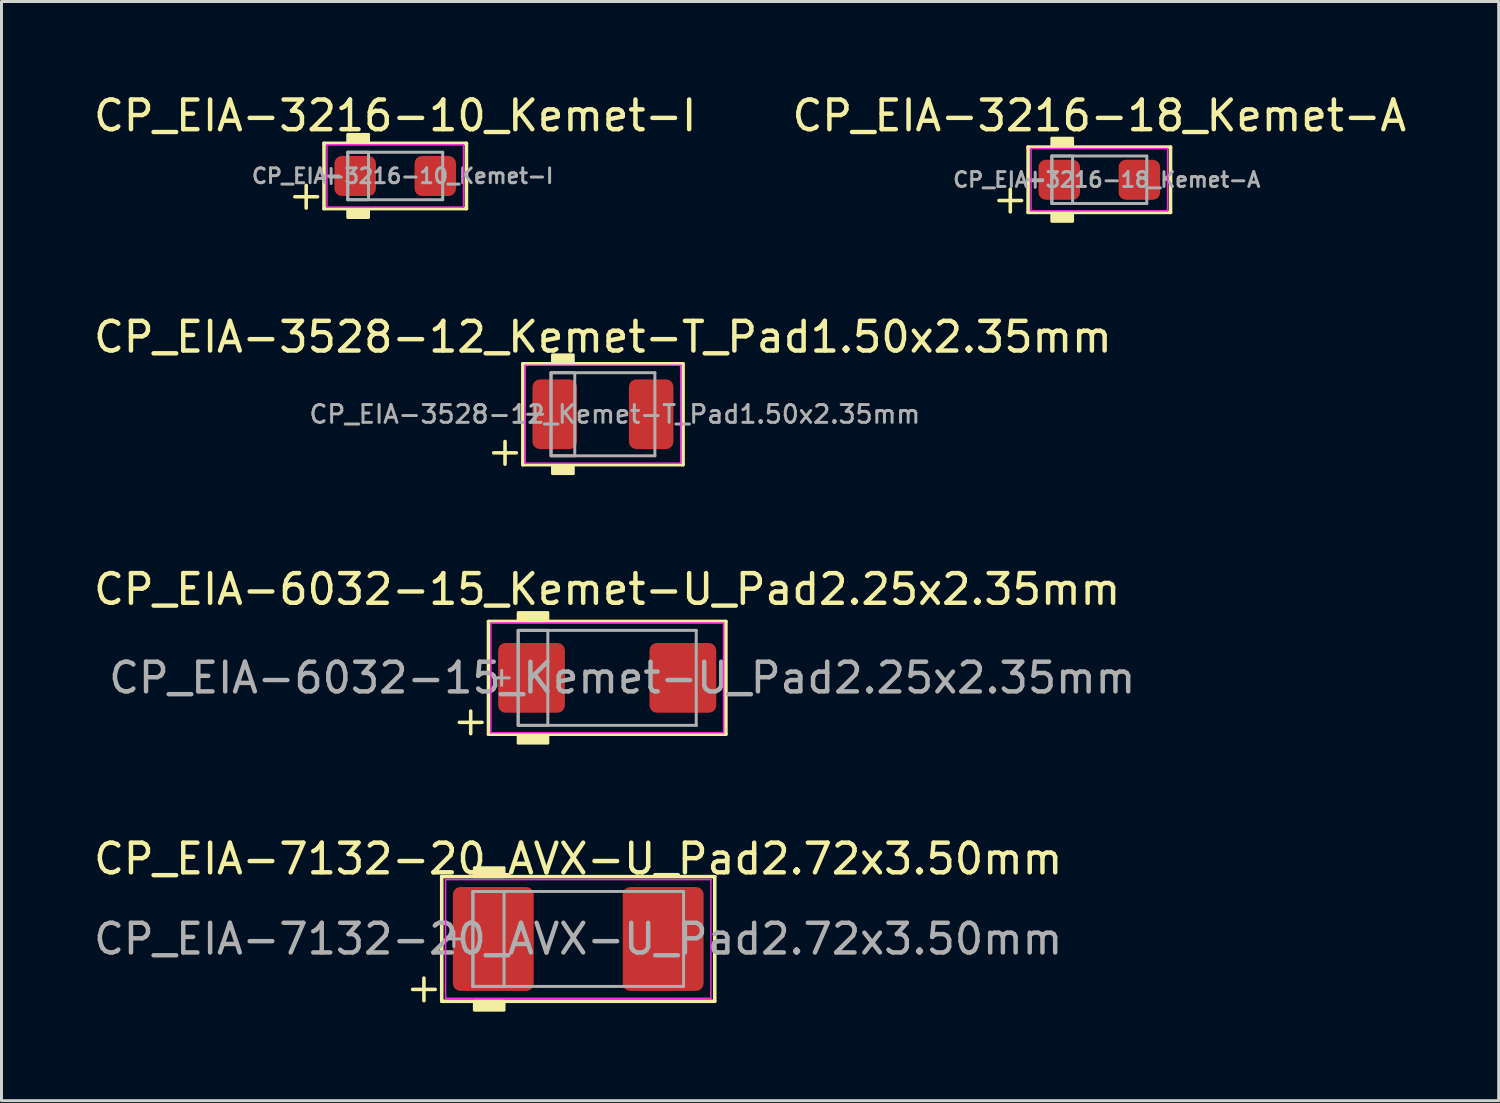
<source format=kicad_pcb>
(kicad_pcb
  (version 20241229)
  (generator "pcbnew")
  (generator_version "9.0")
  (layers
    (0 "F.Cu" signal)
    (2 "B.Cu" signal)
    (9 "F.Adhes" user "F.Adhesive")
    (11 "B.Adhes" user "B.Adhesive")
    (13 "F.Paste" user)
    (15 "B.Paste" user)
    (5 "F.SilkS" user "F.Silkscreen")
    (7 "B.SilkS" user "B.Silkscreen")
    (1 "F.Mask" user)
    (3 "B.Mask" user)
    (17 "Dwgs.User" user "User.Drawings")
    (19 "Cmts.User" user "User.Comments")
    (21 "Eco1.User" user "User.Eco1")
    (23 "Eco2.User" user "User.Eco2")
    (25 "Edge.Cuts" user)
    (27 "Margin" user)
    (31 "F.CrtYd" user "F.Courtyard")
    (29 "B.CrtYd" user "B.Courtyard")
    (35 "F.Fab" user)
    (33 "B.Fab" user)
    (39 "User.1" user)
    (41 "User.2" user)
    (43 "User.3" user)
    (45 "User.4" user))
  (footprint "CP_EIA-7132-20_AVX-U_Pad2.72x3.50mm"
    (layer "F.Cu")
    (at 16.435 28.59)
    (property "Reference" "CP_EIA-7132-20_AVX-U_Pad2.72x3.50mm" (at 0 -2.7 0) (layer "F.SilkS") (effects (font (size 1 1) (thickness 0.15))))
    (attr smd)
    (fp_line (start -5.581 1.7) (end -4.819 1.7) (stroke (width 0.12) (type solid)) (layer "F.SilkS"))
    (fp_line (start -5.2 1.319) (end -5.2 2.081) (stroke (width 0.12) (type solid)) (layer "F.SilkS"))
    (fp_line (start -4.6 -2.1) (end -4.6 2.1) (stroke (width 0.12) (type solid)) (layer "F.SilkS"))
    (fp_line (start -4.6 2.1) (end 4.6 2.1) (stroke (width 0.12) (type solid)) (layer "F.SilkS"))
    (fp_line (start 4.6 -2.1) (end -4.6 -2.1) (stroke (width 0.12) (type solid)) (layer "F.SilkS"))
    (fp_line (start 4.6 2.1) (end 4.6 -2.1) (stroke (width 0.12) (type solid)) (layer "F.SilkS"))
    (fp_poly (pts (xy -2.5 -2.1) (xy -3.5 -2.1) (xy -3.5 -2.4) (xy -2.5 -2.4)) (stroke (width 0.1) (type solid)) (fill yes) (layer "F.SilkS"))
    (fp_poly (pts (xy -2.5 2.4) (xy -3.5 2.4) (xy -3.5 2.1) (xy -2.5 2.1)) (stroke (width 0.1) (type solid)) (fill yes) (layer "F.SilkS"))
    (fp_line (start -4.47 -2) (end 4.47 -2) (stroke (width 0.05) (type solid)) (layer "F.CrtYd"))
    (fp_line (start -4.47 2) (end -4.47 -2) (stroke (width 0.05) (type solid)) (layer "F.CrtYd"))
    (fp_line (start 4.47 -2) (end 4.47 2) (stroke (width 0.05) (type solid)) (layer "F.CrtYd"))
    (fp_line (start 4.47 2) (end -4.47 2) (stroke (width 0.05) (type solid)) (layer "F.CrtYd"))
    (fp_line (start -4.191 -0.254) (end -4.191 0.254) (stroke (width 0.1) (type solid)) (layer "F.Fab"))
    (fp_line (start -3.937 0) (end -4.445 0) (stroke (width 0.1) (type solid)) (layer "F.Fab"))
    (fp_line (start -3.55 -1.6) (end -3.55 1.6) (stroke (width 0.1) (type solid)) (layer "F.Fab"))
    (fp_line (start -3.55 1.6) (end 3.55 1.6) (stroke (width 0.1) (type solid)) (layer "F.Fab"))
    (fp_line (start 3.55 -1.6) (end -3.55 -1.6) (stroke (width 0.1) (type solid)) (layer "F.Fab"))
    (fp_line (start 3.55 1.6) (end 3.55 -1.6) (stroke (width 0.1) (type solid)) (layer "F.Fab"))
    (fp_rect (start -3.55 -1.6) (end -2.5 1.6) (stroke (width 0.1) (type solid)) (fill no) (layer "F.Fab"))
    (fp_text user "${REFERENCE}" (at 0 0 0) (layer "F.Fab") (effects (font (size 1 1) (thickness 0.15))))
    (pad "1" smd roundrect (at -2.862 0) (size 2.725 3.5) (layers "F.Cu" "F.Mask" "F.Paste") (roundrect_rratio 0.092))
    (pad "2" smd roundrect (at 2.862 0) (size 2.725 3.5) (layers "F.Cu" "F.Mask" "F.Paste") (roundrect_rratio 0.092)))
  (footprint "CP_EIA-6032-15_Kemet-U_Pad2.25x2.35mm"
    (layer "F.Cu")
    (at 17.411 19.792)
    (property "Reference" "CP_EIA-6032-15_Kemet-U_Pad2.25x2.35mm" (at 0 -2.985 0) (layer "F.SilkS") (effects (font (size 1 1) (thickness 0.15))))
    (attr smd)
    (fp_line (start -4.981 1.5) (end -4.219 1.5) (stroke (width 0.12) (type solid)) (layer "F.SilkS"))
    (fp_line (start -4.6 1.119) (end -4.6 1.881) (stroke (width 0.12) (type solid)) (layer "F.SilkS"))
    (fp_line (start -4 -1.9) (end -4 1.9) (stroke (width 0.12) (type solid)) (layer "F.SilkS"))
    (fp_line (start -4 1.9) (end 4 1.9) (stroke (width 0.12) (type solid)) (layer "F.SilkS"))
    (fp_line (start 4 -1.9) (end -4 -1.9) (stroke (width 0.12) (type solid)) (layer "F.SilkS"))
    (fp_line (start 4 1.9) (end 4 -1.9) (stroke (width 0.12) (type solid)) (layer "F.SilkS"))
    (fp_poly (pts (xy -2 -1.9) (xy -3 -1.9) (xy -3 -2.2) (xy -2 -2.2)) (stroke (width 0.1) (type solid)) (fill yes) (layer "F.SilkS"))
    (fp_poly (pts (xy -2 2.2) (xy -3 2.2) (xy -3 1.9) (xy -2 1.9)) (stroke (width 0.1) (type solid)) (fill yes) (layer "F.SilkS"))
    (fp_line (start -3.92 -1.85) (end 3.92 -1.85) (stroke (width 0.05) (type solid)) (layer "F.CrtYd"))
    (fp_line (start -3.92 1.85) (end -3.92 -1.85) (stroke (width 0.05) (type solid)) (layer "F.CrtYd"))
    (fp_line (start 3.92 -1.85) (end 3.92 1.85) (stroke (width 0.05) (type solid)) (layer "F.CrtYd"))
    (fp_line (start 3.92 1.85) (end -3.92 1.85) (stroke (width 0.05) (type solid)) (layer "F.CrtYd"))
    (fp_line (start -3.556 -0.254) (end -3.556 0.254) (stroke (width 0.1) (type solid)) (layer "F.Fab"))
    (fp_line (start -3.302 0) (end -3.81 0) (stroke (width 0.1) (type solid)) (layer "F.Fab"))
    (fp_line (start -3 -1.6) (end -3 1.6) (stroke (width 0.1) (type solid)) (layer "F.Fab"))
    (fp_line (start -3 1.6) (end 3 1.6) (stroke (width 0.1) (type solid)) (layer "F.Fab"))
    (fp_line (start 3 -1.6) (end -3 -1.6) (stroke (width 0.1) (type solid)) (layer "F.Fab"))
    (fp_line (start 3 1.6) (end 3 -1.6) (stroke (width 0.1) (type solid)) (layer "F.Fab"))
    (fp_rect (start -3 -1.6) (end -2 1.6) (stroke (width 0.1) (type solid)) (fill no) (layer "F.Fab"))
    (fp_text user "${REFERENCE}" (at 0.508 0 0) (layer "F.Fab") (effects (font (size 1 1) (thickness 0.15))))
    (pad "1" smd roundrect (at -2.55 0) (size 2.25 2.35) (layers "F.Cu" "F.Mask" "F.Paste") (roundrect_rratio 0.111))
    (pad "2" smd roundrect (at 2.55 0) (size 2.25 2.35) (layers "F.Cu" "F.Mask" "F.Paste") (roundrect_rratio 0.111)))
  (footprint "CP_EIA-3528-12_Kemet-T_Pad1.50x2.35mm"
    (layer "F.Cu")
    (at 17.268 10.909)
    (property "Reference" "CP_EIA-3528-12_Kemet-T_Pad1.50x2.35mm" (at 0 -2.603 0) (layer "F.SilkS") (effects (font (size 1 1) (thickness 0.15))))
    (attr smd)
    (fp_line (start -3.681 1.3) (end -2.919 1.3) (stroke (width 0.12) (type solid)) (layer "F.SilkS"))
    (fp_line (start -3.3 0.919) (end -3.3 1.681) (stroke (width 0.12) (type solid)) (layer "F.SilkS"))
    (fp_line (start -2.7 -1.7) (end -2.7 1.7) (stroke (width 0.12) (type solid)) (layer "F.SilkS"))
    (fp_line (start -2.7 1.7) (end 2.7 1.7) (stroke (width 0.12) (type solid)) (layer "F.SilkS"))
    (fp_line (start 2.7 -1.7) (end -2.7 -1.7) (stroke (width 0.12) (type solid)) (layer "F.SilkS"))
    (fp_line (start 2.7 1.7) (end 2.7 -1.7) (stroke (width 0.12) (type solid)) (layer "F.SilkS"))
    (fp_poly (pts (xy -1 -1.7) (xy -1.7 -1.7) (xy -1.7 -2) (xy -1 -2)) (stroke (width 0.1) (type solid)) (fill yes) (layer "F.SilkS"))
    (fp_poly (pts (xy -1 2) (xy -1.7 2) (xy -1.7 1.7) (xy -1 1.7)) (stroke (width 0.1) (type solid)) (fill yes) (layer "F.SilkS"))
    (fp_line (start -2.62 -1.65) (end 2.62 -1.65) (stroke (width 0.05) (type solid)) (layer "F.CrtYd"))
    (fp_line (start -2.62 1.65) (end -2.62 -1.65) (stroke (width 0.05) (type solid)) (layer "F.CrtYd"))
    (fp_line (start 2.62 -1.65) (end 2.62 1.65) (stroke (width 0.05) (type solid)) (layer "F.CrtYd"))
    (fp_line (start 2.62 1.65) (end -2.62 1.65) (stroke (width 0.05) (type solid)) (layer "F.CrtYd"))
    (fp_line (start -2.286 -0.254) (end -2.286 0.254) (stroke (width 0.1) (type solid)) (layer "F.Fab"))
    (fp_line (start -2.032 0) (end -2.54 0) (stroke (width 0.1) (type solid)) (layer "F.Fab"))
    (fp_line (start -1.75 -1.4) (end -1.75 1.4) (stroke (width 0.1) (type solid)) (layer "F.Fab"))
    (fp_line (start -1.75 1.4) (end 1.75 1.4) (stroke (width 0.1) (type solid)) (layer "F.Fab"))
    (fp_line (start 1.75 -1.4) (end -1.75 -1.4) (stroke (width 0.1) (type solid)) (layer "F.Fab"))
    (fp_line (start 1.75 1.4) (end 1.75 -1.4) (stroke (width 0.1) (type solid)) (layer "F.Fab"))
    (fp_rect (start -1.75 -1.4) (end -0.95 1.4) (stroke (width 0.1) (type solid)) (fill no) (layer "F.Fab"))
    (fp_text user "${REFERENCE}" (at 0.4 0 0) (layer "F.Fab") (effects (font (size 0.6 0.6) (thickness 0.1))))
    (pad "1" smd roundrect (at -1.625 0) (size 1.5 2.35) (layers "F.Cu" "F.Mask" "F.Paste") (roundrect_rratio 0.167))
    (pad "2" smd roundrect (at 1.625 0) (size 1.5 2.35) (layers "F.Cu" "F.Mask" "F.Paste") (roundrect_rratio 0.167)))
  (footprint "CP_EIA-3216-10_Kemet-I"
    (layer "F.Cu")
    (at 10.268 2.88)
    (property "Reference" "CP_EIA-3216-10_Kemet-I" (at 0 -2.032 0) (layer "F.SilkS") (effects (font (size 1 1) (thickness 0.15))))
    (attr smd)
    (fp_line (start -3.381 0.7) (end -2.619 0.7) (stroke (width 0.12) (type solid)) (layer "F.SilkS"))
    (fp_line (start -3 0.319) (end -3 1.081) (stroke (width 0.12) (type solid)) (layer "F.SilkS"))
    (fp_line (start -2.4 -1.1) (end -2.4 1.1) (stroke (width 0.12) (type solid)) (layer "F.SilkS"))
    (fp_line (start -2.4 1.1) (end 2.4 1.1) (stroke (width 0.12) (type solid)) (layer "F.SilkS"))
    (fp_line (start 2.4 -1.1) (end -2.4 -1.1) (stroke (width 0.12) (type solid)) (layer "F.SilkS"))
    (fp_line (start 2.4 1.1) (end 2.4 -1.1) (stroke (width 0.12) (type solid)) (layer "F.SilkS"))
    (fp_poly (pts (xy -0.9 -1.1) (xy -1.6 -1.1) (xy -1.6 -1.4) (xy -0.9 -1.4)) (stroke (width 0.1) (type solid)) (fill yes) (layer "F.SilkS"))
    (fp_poly (pts (xy -0.9 1.4) (xy -1.6 1.4) (xy -1.6 1.1) (xy -0.9 1.1)) (stroke (width 0.1) (type solid)) (fill yes) (layer "F.SilkS"))
    (fp_line (start -2.3 -1.05) (end 2.3 -1.05) (stroke (width 0.05) (type solid)) (layer "F.CrtYd"))
    (fp_line (start -2.3 1.05) (end -2.3 -1.05) (stroke (width 0.05) (type solid)) (layer "F.CrtYd"))
    (fp_line (start 2.3 -1.05) (end 2.3 1.05) (stroke (width 0.05) (type solid)) (layer "F.CrtYd"))
    (fp_line (start 2.3 1.05) (end -2.3 1.05) (stroke (width 0.05) (type solid)) (layer "F.CrtYd"))
    (fp_line (start -2.159 -0.254) (end -2.159 0.254) (stroke (width 0.1) (type solid)) (layer "F.Fab"))
    (fp_line (start -1.905 0) (end -2.413 0) (stroke (width 0.1) (type solid)) (layer "F.Fab"))
    (fp_line (start -1.6 -0.8) (end -1.6 0.8) (stroke (width 0.1) (type solid)) (layer "F.Fab"))
    (fp_line (start -1.6 0.8) (end 1.6 0.8) (stroke (width 0.1) (type solid)) (layer "F.Fab"))
    (fp_line (start 1.6 -0.8) (end -1.6 -0.8) (stroke (width 0.1) (type solid)) (layer "F.Fab"))
    (fp_line (start 1.6 0.8) (end 1.6 -0.8) (stroke (width 0.1) (type solid)) (layer "F.Fab"))
    (fp_rect (start -1.6 -0.8) (end -0.9 0.8) (stroke (width 0.1) (type solid)) (fill no) (layer "F.Fab"))
    (fp_text user "${REFERENCE}" (at 0.25 0 0) (layer "F.Fab") (effects (font (size 0.5 0.5) (thickness 0.1))))
    (pad "1" smd roundrect (at -1.35 0) (size 1.4 1.35) (layers "F.Cu" "F.Mask" "F.Paste") (roundrect_rratio 0.185))
    (pad "2" smd roundrect (at 1.35 0) (size 1.4 1.35) (layers "F.Cu" "F.Mask" "F.Paste") (roundrect_rratio 0.185)))
  (footprint "CP_EIA-3216-18_Kemet-A"
    (layer "F.Cu")
    (at 33.994 3.007)
    (property "Reference" "CP_EIA-3216-18_Kemet-A" (at 0 -2.159 0) (layer "F.SilkS") (effects (font (size 1 1) (thickness 0.15))))
    (attr smd)
    (fp_line (start -3.381 0.7) (end -2.619 0.7) (stroke (width 0.12) (type solid)) (layer "F.SilkS"))
    (fp_line (start -3 0.319) (end -3 1.081) (stroke (width 0.12) (type solid)) (layer "F.SilkS"))
    (fp_line (start -2.4 -1.1) (end 2.4 -1.1) (stroke (width 0.12) (type solid)) (layer "F.SilkS"))
    (fp_line (start -2.4 1.1) (end -2.4 -1.1) (stroke (width 0.12) (type solid)) (layer "F.SilkS"))
    (fp_line (start 2.4 -1.1) (end 2.4 1.1) (stroke (width 0.12) (type solid)) (layer "F.SilkS"))
    (fp_line (start 2.4 1.1) (end -2.4 1.1) (stroke (width 0.12) (type solid)) (layer "F.SilkS"))
    (fp_poly (pts (xy -0.9 -1.1) (xy -1.6 -1.1) (xy -1.6 -1.4) (xy -0.9 -1.4)) (stroke (width 0.1) (type solid)) (fill yes) (layer "F.SilkS"))
    (fp_poly (pts (xy -0.9 1.4) (xy -1.6 1.4) (xy -1.6 1.1) (xy -0.9 1.1)) (stroke (width 0.1) (type solid)) (fill yes) (layer "F.SilkS"))
    (fp_line (start -2.3 -1.05) (end 2.3 -1.05) (stroke (width 0.05) (type solid)) (layer "F.CrtYd"))
    (fp_line (start -2.3 1.05) (end -2.3 -1.05) (stroke (width 0.05) (type solid)) (layer "F.CrtYd"))
    (fp_line (start 2.3 -1.05) (end 2.3 1.05) (stroke (width 0.05) (type solid)) (layer "F.CrtYd"))
    (fp_line (start 2.3 1.05) (end -2.3 1.05) (stroke (width 0.05) (type solid)) (layer "F.CrtYd"))
    (fp_line (start -2.159 -0.254) (end -2.159 0.254) (stroke (width 0.1) (type solid)) (layer "F.Fab"))
    (fp_line (start -1.905 0) (end -2.413 0) (stroke (width 0.1) (type solid)) (layer "F.Fab"))
    (fp_line (start -1.6 -0.8) (end -1.6 0.8) (stroke (width 0.1) (type solid)) (layer "F.Fab"))
    (fp_line (start -1.6 0.8) (end 1.6 0.8) (stroke (width 0.1) (type solid)) (layer "F.Fab"))
    (fp_line (start 1.6 -0.8) (end -1.6 -0.8) (stroke (width 0.1) (type solid)) (layer "F.Fab"))
    (fp_line (start 1.6 0.8) (end 1.6 -0.8) (stroke (width 0.1) (type solid)) (layer "F.Fab"))
    (fp_rect (start -1.6 -0.8) (end -0.9 0.8) (stroke (width 0.1) (type solid)) (fill no) (layer "F.Fab"))
    (fp_text user "${REFERENCE}" (at 0.25 0 0) (layer "F.Fab") (effects (font (size 0.5 0.5) (thickness 0.1))))
    (pad "1" smd roundrect (at -1.35 0) (size 1.4 1.35) (layers "F.Cu" "F.Mask" "F.Paste") (roundrect_rratio 0.185))
    (pad "2" smd roundrect (at 1.35 0) (size 1.4 1.35) (layers "F.Cu" "F.Mask" "F.Paste") (roundrect_rratio 0.185)))
  (gr_rect
    (start -3 -3)
    (end 47.452 34.04)
    (stroke (width 0.1) (type default))
    (fill no)
    (layer "Edge.Cuts")))
</source>
